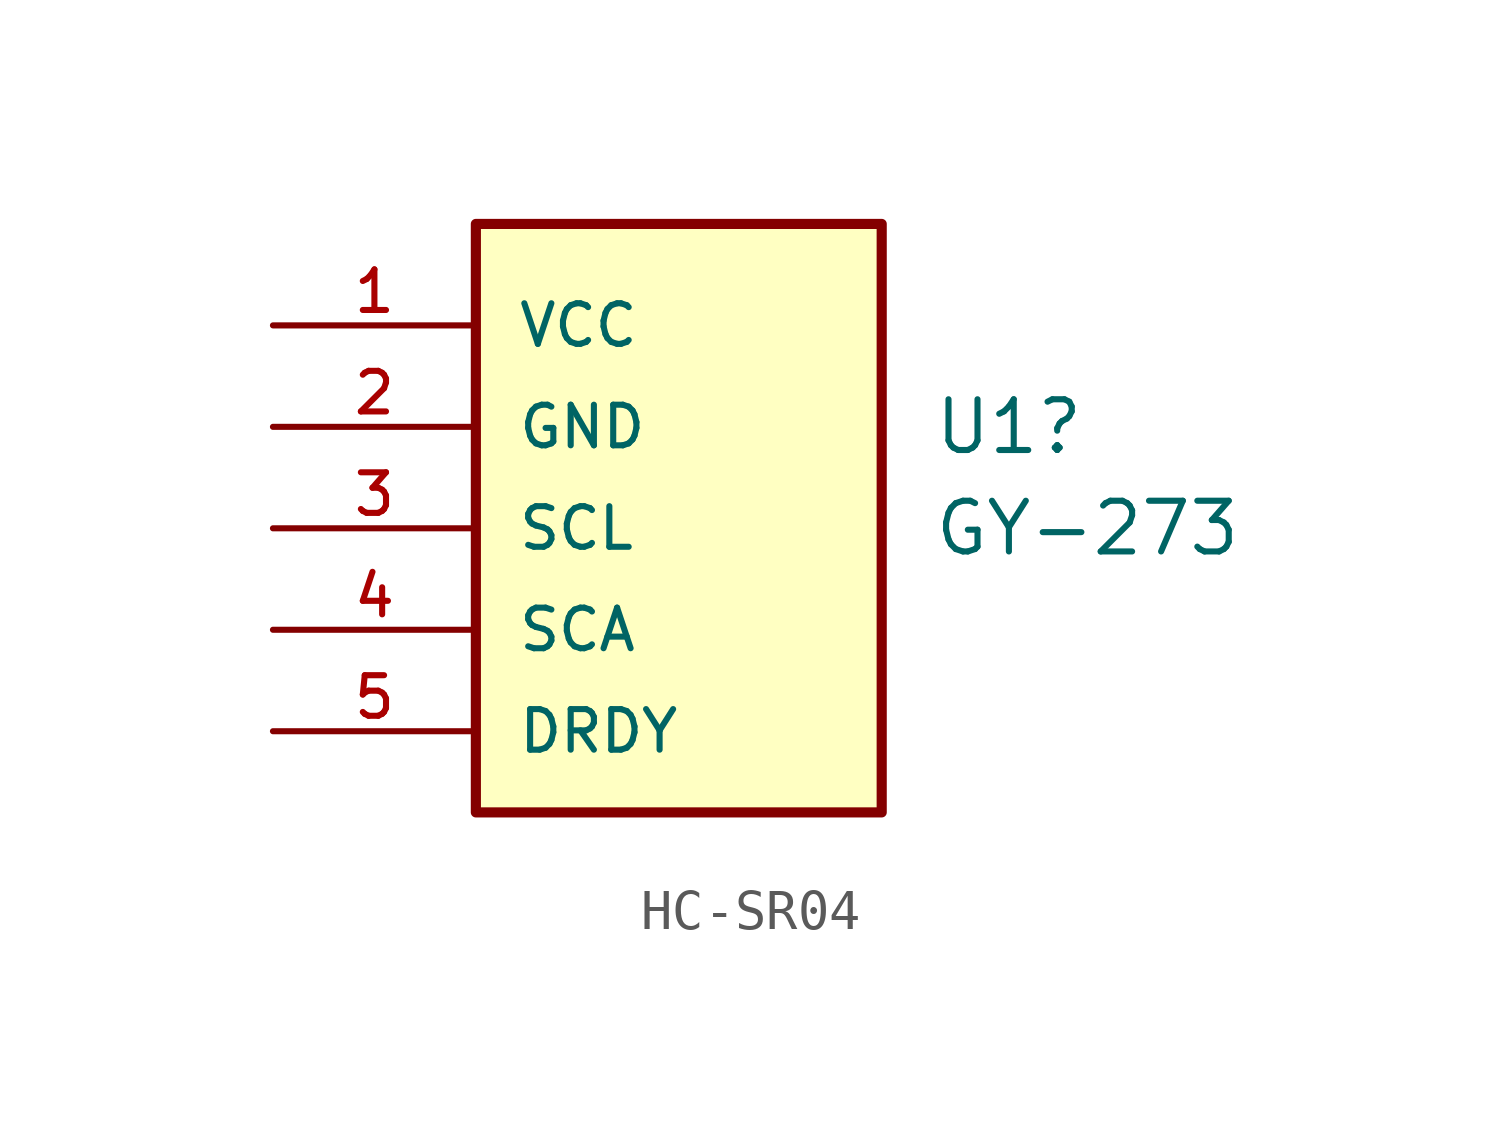
<source format=kicad_sym>
(kicad_symbol_lib
  (version 20231120)
  (generator "kicad_symbol_editor")
  (generator_version "8.0")
  (symbol "HC-SR04"
    (pin_names
      (offset 1.016))
    (property "Reference" "U1"
      (at 11.43 0.0001 0)
      (effects (font (size 1.27 1.27)) (justify left)))
    (property "Value" "GY-273"
      (at 11.43 -2.54 0)
      (effects (font (size 1.27 1.27)) (justify left)))
    (symbol "HC-SR04_0_0"
      (rectangle (start 0 5.08) (end 10.16 -9.652) (stroke (width 0.254) (type default)) (fill (type background)))
      (pin power_in line (at -5.08 2.54 0) (length 5.08) (name "VCC" (effects (font (size 1.016 1.016)))) (number "1" (effects (font (size 1.016 1.016))))))
    (symbol "HC-SR04_1_0"
      (pin power_in line (at -5.08 0 0) (length 5.08) (name "GND" (effects (font (size 1.016 1.016)))) (number "2" (effects (font (size 1.016 1.016)))))
      (pin bidirectional line (at -5.08 -2.54 0) (length 5.08) (name "SCL" (effects (font (size 1.016 1.016)))) (number "3" (effects (font (size 1.016 1.016)))))
      (pin bidirectional line (at -5.08 -5.08 0) (length 5.08) (name "SCA" (effects (font (size 1.016 1.016)))) (number "4" (effects (font (size 1.016 1.016)))))
      (pin bidirectional line (at -5.08 -7.62 0) (length 5.08) (name "DRDY" (effects (font (size 1.016 1.016)))) (number "5" (effects (font (size 1.016 1.016))))))))
</source>
